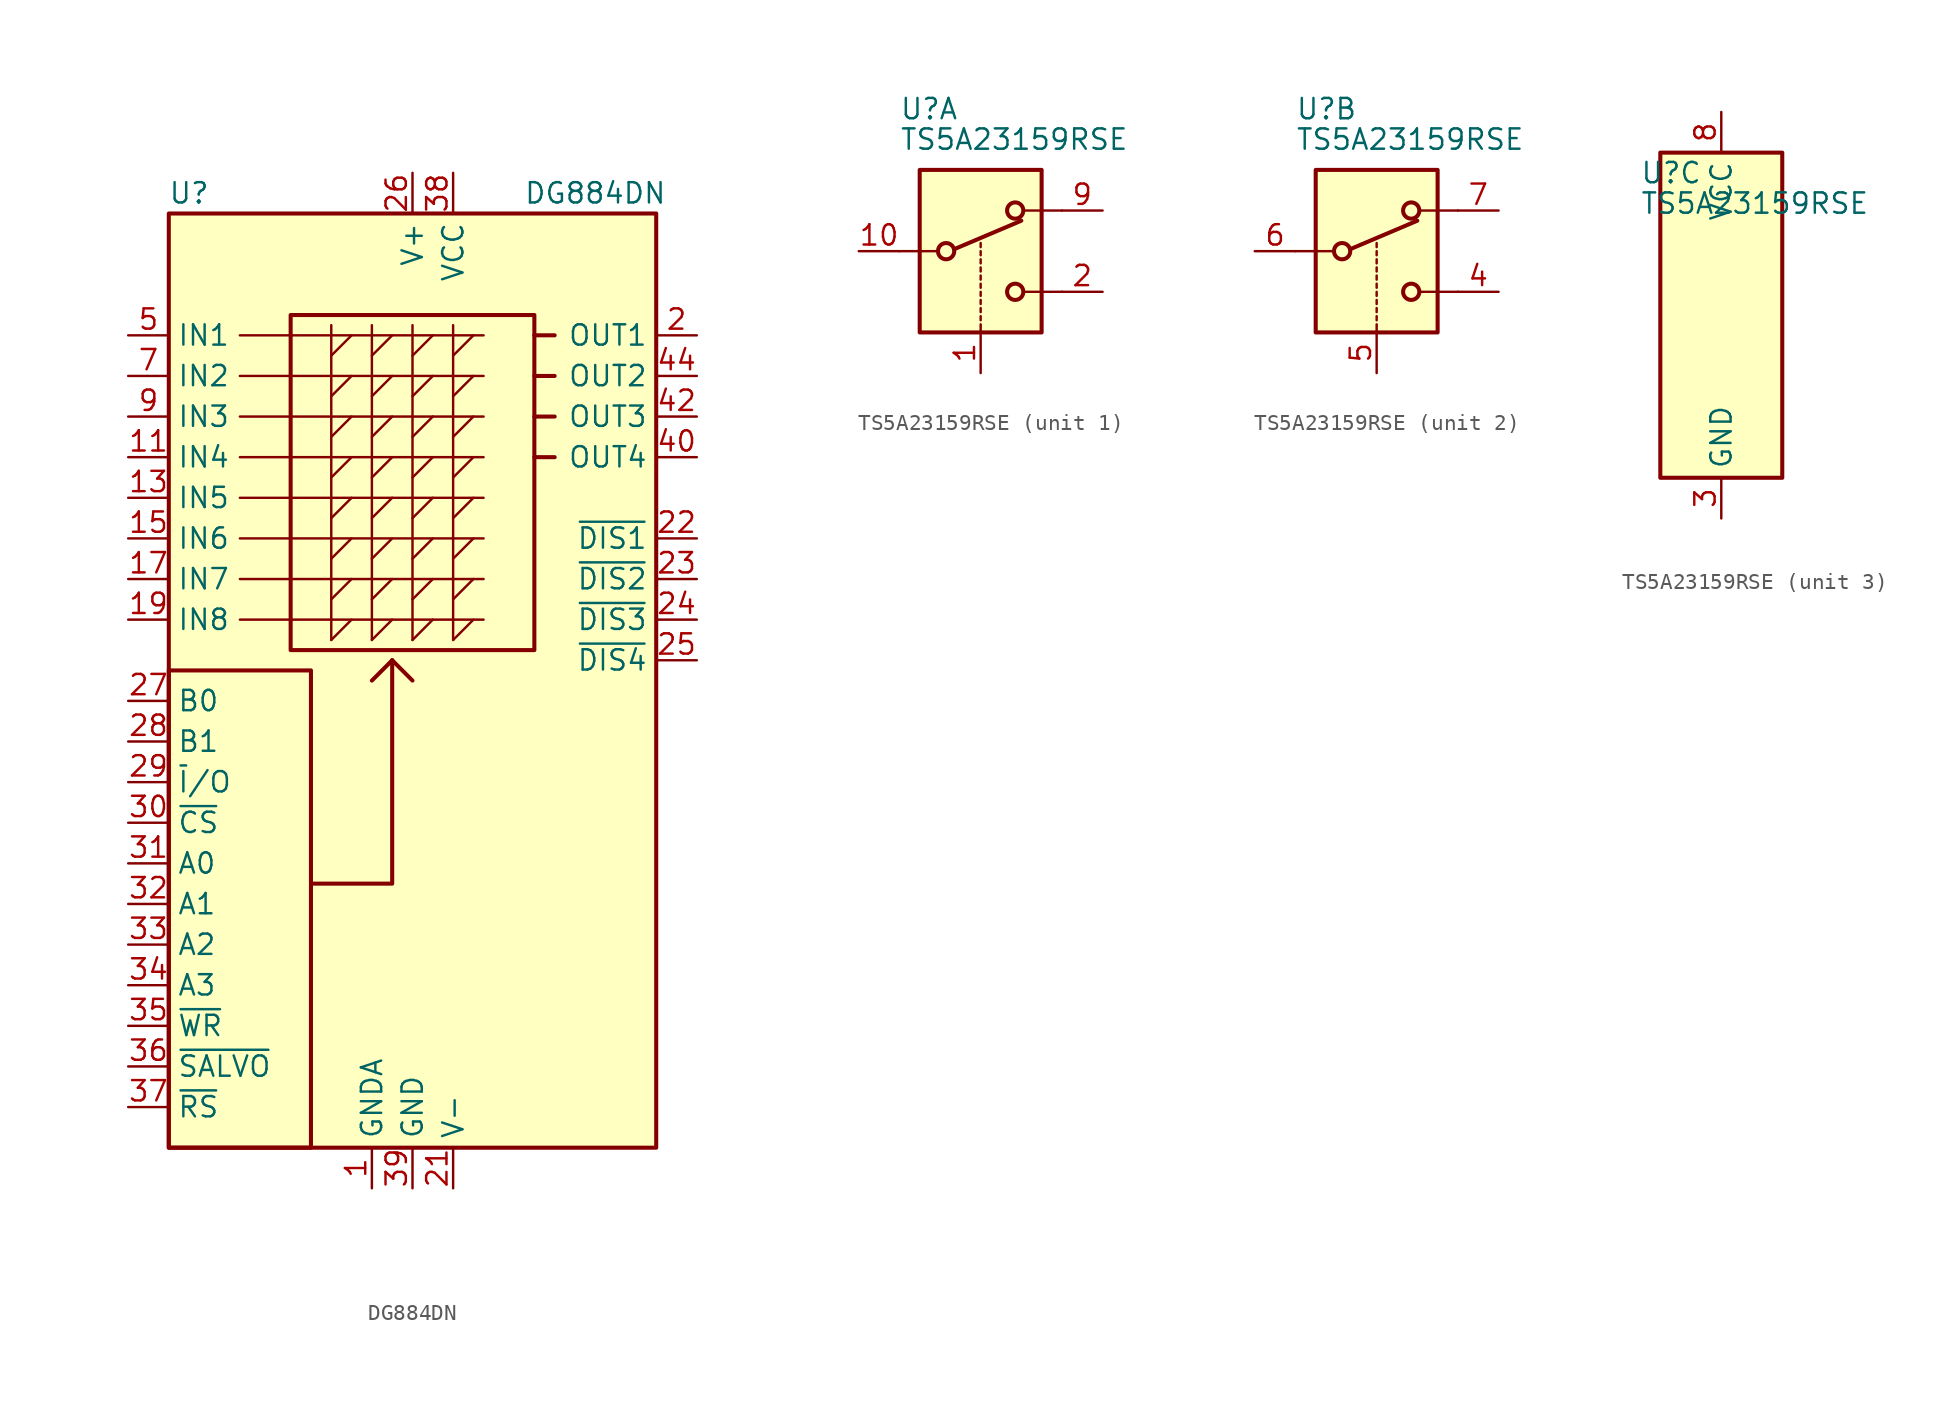
<source format=kicad_sym>
(kicad_symbol_lib
  (version 20220914)
  (generator kicad_symbol_editor)
  (symbol "DG884DN"
    (property "Reference" "U"
      (at -13.97 34.29 0)
      (effects (font (size 1.27 1.27))))
    (property "Value" "DG884DN"
      (at 11.43 34.29 0)
      (effects (font (size 1.27 1.27))))
    (symbol "DG884DN_0_1"
      (rectangle (start -15.24 -25.4) (end 15.24 33.02) (stroke (width 0.254) (type default)) (fill (type background)))
      (rectangle (start -15.24 4.445) (end -6.35 -25.4) (stroke (width 0.254) (type default)) (fill (type none)))
      (rectangle (start -7.62 26.67) (end 7.62 5.715) (stroke (width 0.254) (type default)) (fill (type none)))
      (polyline (pts (xy -10.795 7.62) (xy 4.445 7.62)) (stroke (width 0) (type default)) (fill (type none)))
      (polyline (pts (xy -10.795 10.16) (xy 4.445 10.16)) (stroke (width 0) (type default)) (fill (type none)))
      (polyline (pts (xy -10.795 12.7) (xy 4.445 12.7)) (stroke (width 0) (type default)) (fill (type none)))
      (polyline (pts (xy -10.795 15.24) (xy 4.445 15.24)) (stroke (width 0) (type default)) (fill (type none)))
      (polyline (pts (xy -10.795 17.78) (xy 4.445 17.78)) (stroke (width 0) (type default)) (fill (type none)))
      (polyline (pts (xy -10.795 20.32) (xy 4.445 20.32)) (stroke (width 0) (type default)) (fill (type none)))
      (polyline (pts (xy -10.795 22.86) (xy 4.445 22.86)) (stroke (width 0) (type default)) (fill (type none)))
      (polyline (pts (xy -10.795 25.4) (xy 4.445 25.4)) (stroke (width 0) (type default)) (fill (type none)))
      (polyline (pts (xy -5.08 6.35) (xy -3.81 7.62)) (stroke (width 0) (type default)) (fill (type none)))
      (polyline (pts (xy -5.08 8.89) (xy -3.81 10.16)) (stroke (width 0) (type default)) (fill (type none)))
      (polyline (pts (xy -5.08 11.43) (xy -3.81 12.7)) (stroke (width 0) (type default)) (fill (type none)))
      (polyline (pts (xy -5.08 13.97) (xy -3.81 15.24)) (stroke (width 0) (type default)) (fill (type none)))
      (polyline (pts (xy -5.08 16.51) (xy -3.81 17.78)) (stroke (width 0) (type default)) (fill (type none)))
      (polyline (pts (xy -5.08 19.05) (xy -3.81 20.32)) (stroke (width 0) (type default)) (fill (type none)))
      (polyline (pts (xy -5.08 21.59) (xy -3.81 22.86)) (stroke (width 0) (type default)) (fill (type none)))
      (polyline (pts (xy -5.08 24.13) (xy -3.81 25.4)) (stroke (width 0) (type default)) (fill (type none)))
      (polyline (pts (xy -5.08 26.035) (xy -5.08 6.35)) (stroke (width 0) (type default)) (fill (type none)))
      (polyline (pts (xy -2.54 6.35) (xy -1.27 7.62)) (stroke (width 0) (type default)) (fill (type none)))
      (polyline (pts (xy -2.54 8.89) (xy -1.27 10.16)) (stroke (width 0) (type default)) (fill (type none)))
      (polyline (pts (xy -2.54 11.43) (xy -1.27 12.7)) (stroke (width 0) (type default)) (fill (type none)))
      (polyline (pts (xy -2.54 13.97) (xy -1.27 15.24)) (stroke (width 0) (type default)) (fill (type none)))
      (polyline (pts (xy -2.54 16.51) (xy -1.27 17.78)) (stroke (width 0) (type default)) (fill (type none)))
      (polyline (pts (xy -2.54 19.05) (xy -1.27 20.32)) (stroke (width 0) (type default)) (fill (type none)))
      (polyline (pts (xy -2.54 21.59) (xy -1.27 22.86)) (stroke (width 0) (type default)) (fill (type none)))
      (polyline (pts (xy -2.54 24.13) (xy -1.27 25.4)) (stroke (width 0) (type default)) (fill (type none)))
      (polyline (pts (xy -2.54 26.035) (xy -2.54 6.35)) (stroke (width 0) (type default)) (fill (type none)))
      (polyline (pts (xy -1.27 5.08) (xy -2.54 3.81)) (stroke (width 0.254) (type default)) (fill (type none)))
      (polyline (pts (xy -1.27 5.08) (xy 0 3.81)) (stroke (width 0.254) (type default)) (fill (type none)))
      (polyline (pts (xy 0 6.35) (xy 1.27 7.62)) (stroke (width 0) (type default)) (fill (type none)))
      (polyline (pts (xy 0 8.89) (xy 1.27 10.16)) (stroke (width 0) (type default)) (fill (type none)))
      (polyline (pts (xy 0 11.43) (xy 1.27 12.7)) (stroke (width 0) (type default)) (fill (type none)))
      (polyline (pts (xy 0 13.97) (xy 1.27 15.24)) (stroke (width 0) (type default)) (fill (type none)))
      (polyline (pts (xy 0 16.51) (xy 1.27 17.78)) (stroke (width 0) (type default)) (fill (type none)))
      (polyline (pts (xy 0 19.05) (xy 1.27 20.32)) (stroke (width 0) (type default)) (fill (type none)))
      (polyline (pts (xy 0 21.59) (xy 1.27 22.86)) (stroke (width 0) (type default)) (fill (type none)))
      (polyline (pts (xy 0 24.13) (xy 1.27 25.4)) (stroke (width 0) (type default)) (fill (type none)))
      (polyline (pts (xy 0 26.035) (xy 0 6.35)) (stroke (width 0) (type default)) (fill (type none)))
      (polyline (pts (xy 2.54 6.35) (xy 3.81 7.62)) (stroke (width 0) (type default)) (fill (type none)))
      (polyline (pts (xy 2.54 8.89) (xy 3.81 10.16)) (stroke (width 0) (type default)) (fill (type none)))
      (polyline (pts (xy 2.54 11.43) (xy 3.81 12.7)) (stroke (width 0) (type default)) (fill (type none)))
      (polyline (pts (xy 2.54 13.97) (xy 3.81 15.24)) (stroke (width 0) (type default)) (fill (type none)))
      (polyline (pts (xy 2.54 16.51) (xy 3.81 17.78)) (stroke (width 0) (type default)) (fill (type none)))
      (polyline (pts (xy 2.54 19.05) (xy 3.81 20.32)) (stroke (width 0) (type default)) (fill (type none)))
      (polyline (pts (xy 2.54 21.59) (xy 3.81 22.86)) (stroke (width 0) (type default)) (fill (type none)))
      (polyline (pts (xy 2.54 24.13) (xy 3.81 25.4)) (stroke (width 0) (type default)) (fill (type none)))
      (polyline (pts (xy 2.54 26.035) (xy 2.54 6.35)) (stroke (width 0) (type default)) (fill (type none)))
      (polyline (pts (xy 7.62 20.32) (xy 8.89 20.32)) (stroke (width 0.254) (type default)) (fill (type none)))
      (polyline (pts (xy 7.62 22.86) (xy 8.89 22.86)) (stroke (width 0.254) (type default)) (fill (type none)))
      (polyline (pts (xy 8.89 17.78) (xy 7.62 17.78)) (stroke (width 0.254) (type default)) (fill (type none)))
      (polyline (pts (xy 8.89 25.4) (xy 7.62 25.4)) (stroke (width 0.254) (type default)) (fill (type none)))
      (polyline (pts (xy -6.35 -8.89) (xy -1.27 -8.89) (xy -1.27 5.08)) (stroke (width 0.254) (type default)) (fill (type none))))
    (symbol "DG884DN_1_1"
      (pin power_in line (at -2.54 -27.94 90) (length 2.54) (name "GNDA" (effects (font (size 1.27 1.27)))) (number "1" (effects (font (size 1.27 1.27)))))
      (pin passive line (at -2.54 -27.94 90) (length 2.54) hide (name "GNDA" (effects (font (size 1.27 1.27)))) (number "10" (effects (font (size 1.27 1.27)))))
      (pin input line (at -17.78 17.78 0) (length 2.54) (name "IN4" (effects (font (size 1.27 1.27)))) (number "11" (effects (font (size 1.27 1.27)))))
      (pin passive line (at -2.54 -27.94 90) (length 2.54) hide (name "GNDA" (effects (font (size 1.27 1.27)))) (number "12" (effects (font (size 1.27 1.27)))))
      (pin input line (at -17.78 15.24 0) (length 2.54) (name "IN5" (effects (font (size 1.27 1.27)))) (number "13" (effects (font (size 1.27 1.27)))))
      (pin passive line (at -2.54 -27.94 90) (length 2.54) hide (name "GNDA" (effects (font (size 1.27 1.27)))) (number "14" (effects (font (size 1.27 1.27)))))
      (pin input line (at -17.78 12.7 0) (length 2.54) (name "IN6" (effects (font (size 1.27 1.27)))) (number "15" (effects (font (size 1.27 1.27)))))
      (pin passive line (at -2.54 -27.94 90) (length 2.54) hide (name "GNDA" (effects (font (size 1.27 1.27)))) (number "16" (effects (font (size 1.27 1.27)))))
      (pin input line (at -17.78 10.16 0) (length 2.54) (name "IN7" (effects (font (size 1.27 1.27)))) (number "17" (effects (font (size 1.27 1.27)))))
      (pin passive line (at -2.54 -27.94 90) (length 2.54) hide (name "GNDA" (effects (font (size 1.27 1.27)))) (number "18" (effects (font (size 1.27 1.27)))))
      (pin input line (at -17.78 7.62 0) (length 2.54) (name "IN8" (effects (font (size 1.27 1.27)))) (number "19" (effects (font (size 1.27 1.27)))))
      (pin output line (at 17.78 25.4 180) (length 2.54) (name "OUT1" (effects (font (size 1.27 1.27)))) (number "2" (effects (font (size 1.27 1.27)))))
      (pin passive line (at -2.54 -27.94 90) (length 2.54) hide (name "GNDA" (effects (font (size 1.27 1.27)))) (number "20" (effects (font (size 1.27 1.27)))))
      (pin passive line (at 2.54 -27.94 90) (length 2.54) (name "V-" (effects (font (size 1.27 1.27)))) (number "21" (effects (font (size 1.27 1.27)))))
      (pin open_collector line (at 17.78 12.7 180) (length 2.54) (name "~{DIS1}" (effects (font (size 1.27 1.27)))) (number "22" (effects (font (size 1.27 1.27)))))
      (pin open_collector line (at 17.78 10.16 180) (length 2.54) (name "~{DIS2}" (effects (font (size 1.27 1.27)))) (number "23" (effects (font (size 1.27 1.27)))))
      (pin open_collector line (at 17.78 7.62 180) (length 2.54) (name "~{DIS3}" (effects (font (size 1.27 1.27)))) (number "24" (effects (font (size 1.27 1.27)))))
      (pin open_collector line (at 17.78 5.08 180) (length 2.54) (name "~{DIS4}" (effects (font (size 1.27 1.27)))) (number "25" (effects (font (size 1.27 1.27)))))
      (pin passive line (at 0 35.56 270) (length 2.54) (name "V+" (effects (font (size 1.27 1.27)))) (number "26" (effects (font (size 1.27 1.27)))))
      (pin input line (at -17.78 2.54 0) (length 2.54) (name "B0" (effects (font (size 1.27 1.27)))) (number "27" (effects (font (size 1.27 1.27)))))
      (pin input line (at -17.78 0 0) (length 2.54) (name "B1" (effects (font (size 1.27 1.27)))) (number "28" (effects (font (size 1.27 1.27)))))
      (pin input line (at -17.78 -2.54 0) (length 2.54) (name "~{I}/O" (effects (font (size 1.27 1.27)))) (number "29" (effects (font (size 1.27 1.27)))))
      (pin passive line (at -2.54 -27.94 90) (length 2.54) hide (name "GNDA" (effects (font (size 1.27 1.27)))) (number "3" (effects (font (size 1.27 1.27)))))
      (pin input line (at -17.78 -5.08 0) (length 2.54) (name "~{CS}" (effects (font (size 1.27 1.27)))) (number "30" (effects (font (size 1.27 1.27)))))
      (pin input line (at -17.78 -7.62 0) (length 2.54) (name "A0" (effects (font (size 1.27 1.27)))) (number "31" (effects (font (size 1.27 1.27)))))
      (pin input line (at -17.78 -10.16 0) (length 2.54) (name "A1" (effects (font (size 1.27 1.27)))) (number "32" (effects (font (size 1.27 1.27)))))
      (pin input line (at -17.78 -12.7 0) (length 2.54) (name "A2" (effects (font (size 1.27 1.27)))) (number "33" (effects (font (size 1.27 1.27)))))
      (pin input line (at -17.78 -15.24 0) (length 2.54) (name "A3" (effects (font (size 1.27 1.27)))) (number "34" (effects (font (size 1.27 1.27)))))
      (pin input line (at -17.78 -17.78 0) (length 2.54) (name "~{WR}" (effects (font (size 1.27 1.27)))) (number "35" (effects (font (size 1.27 1.27)))))
      (pin input line (at -17.78 -20.32 0) (length 2.54) (name "~{SALVO}" (effects (font (size 1.27 1.27)))) (number "36" (effects (font (size 1.27 1.27)))))
      (pin input line (at -17.78 -22.86 0) (length 2.54) (name "~{RS}" (effects (font (size 1.27 1.27)))) (number "37" (effects (font (size 1.27 1.27)))))
      (pin power_in line (at 2.54 35.56 270) (length 2.54) (name "VCC" (effects (font (size 1.27 1.27)))) (number "38" (effects (font (size 1.27 1.27)))))
      (pin power_in line (at 0 -27.94 90) (length 2.54) (name "GND" (effects (font (size 1.27 1.27)))) (number "39" (effects (font (size 1.27 1.27)))))
      (pin passive line (at -2.54 -27.94 90) (length 2.54) hide (name "GNDA" (effects (font (size 1.27 1.27)))) (number "4" (effects (font (size 1.27 1.27)))))
      (pin output line (at 17.78 17.78 180) (length 2.54) (name "OUT4" (effects (font (size 1.27 1.27)))) (number "40" (effects (font (size 1.27 1.27)))))
      (pin passive line (at -2.54 -27.94 90) (length 2.54) hide (name "GNDA" (effects (font (size 1.27 1.27)))) (number "41" (effects (font (size 1.27 1.27)))))
      (pin output line (at 17.78 20.32 180) (length 2.54) (name "OUT3" (effects (font (size 1.27 1.27)))) (number "42" (effects (font (size 1.27 1.27)))))
      (pin passive line (at -2.54 -27.94 90) (length 2.54) hide (name "GNDA" (effects (font (size 1.27 1.27)))) (number "43" (effects (font (size 1.27 1.27)))))
      (pin output line (at 17.78 22.86 180) (length 2.54) (name "OUT2" (effects (font (size 1.27 1.27)))) (number "44" (effects (font (size 1.27 1.27)))))
      (pin input line (at -17.78 25.4 0) (length 2.54) (name "IN1" (effects (font (size 1.27 1.27)))) (number "5" (effects (font (size 1.27 1.27)))))
      (pin passive line (at -2.54 -27.94 90) (length 2.54) hide (name "GNDA" (effects (font (size 1.27 1.27)))) (number "6" (effects (font (size 1.27 1.27)))))
      (pin input line (at -17.78 22.86 0) (length 2.54) (name "IN2" (effects (font (size 1.27 1.27)))) (number "7" (effects (font (size 1.27 1.27)))))
      (pin passive line (at -2.54 -27.94 90) (length 2.54) hide (name "GNDA" (effects (font (size 1.27 1.27)))) (number "8" (effects (font (size 1.27 1.27)))))
      (pin input line (at -17.78 20.32 0) (length 2.54) (name "IN3" (effects (font (size 1.27 1.27)))) (number "9" (effects (font (size 1.27 1.27)))))))
  (symbol "TS5A23159RSE"
    (property "Reference" "U"
      (at -5.08 8.89 0)
      (effects (font (size 1.27 1.27)) (justify left)))
    (property "Value" "TS5A23159RSE"
      (at -5.08 6.985 0)
      (effects (font (size 1.27 1.27)) (justify left)))
    (property "ki_locked" ""
      (at 0 0 0)
      (effects (font (size 1.27 1.27))))
    (symbol "TS5A23159RSE_1_1"
      (rectangle (start -3.81 5.08) (end 3.81 -5.08) (stroke (width 0.254) (type default)) (fill (type background)))
      (circle (center -2.159 0) (radius 0.508) (stroke (width 0.254) (type default)) (fill (type none)))
      (polyline (pts (xy -5.08 0) (xy -2.794 0)) (stroke (width 0) (type default)) (fill (type none)))
      (polyline (pts (xy -1.651 0.127) (xy 2.54 1.905)) (stroke (width 0.254) (type default)) (fill (type none)))
      (polyline (pts (xy 0 -5.08) (xy 0 -4.572)) (stroke (width 0) (type default)) (fill (type none)))
      (polyline (pts (xy 0 -4.318) (xy 0 -4.064)) (stroke (width 0) (type default)) (fill (type none)))
      (polyline (pts (xy 0 -3.81) (xy 0 -3.556)) (stroke (width 0) (type default)) (fill (type none)))
      (polyline (pts (xy 0 -3.302) (xy 0 -3.048)) (stroke (width 0) (type default)) (fill (type none)))
      (polyline (pts (xy 0 -2.794) (xy 0 -2.54)) (stroke (width 0) (type default)) (fill (type none)))
      (polyline (pts (xy 0 -2.286) (xy 0 -2.032)) (stroke (width 0) (type default)) (fill (type none)))
      (polyline (pts (xy 0 -1.778) (xy 0 -1.524)) (stroke (width 0) (type default)) (fill (type none)))
      (polyline (pts (xy 0 -1.27) (xy 0 -1.016)) (stroke (width 0) (type default)) (fill (type none)))
      (polyline (pts (xy 0 -0.762) (xy 0 -0.508)) (stroke (width 0) (type default)) (fill (type none)))
      (polyline (pts (xy 0 -0.254) (xy 0 0)) (stroke (width 0) (type default)) (fill (type none)))
      (polyline (pts (xy 0 0.254) (xy 0 0.508)) (stroke (width 0) (type default)) (fill (type none)))
      (polyline (pts (xy 5.08 -2.54) (xy 2.794 -2.54)) (stroke (width 0) (type default)) (fill (type none)))
      (polyline (pts (xy 5.08 2.54) (xy 2.794 2.54)) (stroke (width 0) (type default)) (fill (type none)))
      (circle (center 2.159 -2.54) (radius 0.508) (stroke (width 0.254) (type default)) (fill (type none)))
      (circle (center 2.159 2.54) (radius 0.508) (stroke (width 0.254) (type default)) (fill (type none)))
      (pin input line (at 0 -7.62 90) (length 2.54) (name "~" (effects (font (size 1.27 1.27)))) (number "1" (effects (font (size 1.27 1.27)))))
      (pin passive line (at -7.62 0 0) (length 2.54) (name "~" (effects (font (size 1.27 1.27)))) (number "10" (effects (font (size 1.27 1.27)))))
      (pin passive line (at 7.62 -2.54 180) (length 2.54) (name "~" (effects (font (size 1.27 1.27)))) (number "2" (effects (font (size 1.27 1.27)))))
      (pin passive line (at 7.62 2.54 180) (length 2.54) (name "~" (effects (font (size 1.27 1.27)))) (number "9" (effects (font (size 1.27 1.27))))))
    (symbol "TS5A23159RSE_2_1"
      (rectangle (start -3.81 5.08) (end 3.81 -5.08) (stroke (width 0.254) (type default)) (fill (type background)))
      (circle (center -2.159 0) (radius 0.508) (stroke (width 0.254) (type default)) (fill (type none)))
      (polyline (pts (xy -5.08 0) (xy -2.794 0)) (stroke (width 0) (type default)) (fill (type none)))
      (polyline (pts (xy -1.651 0.127) (xy 2.54 1.905)) (stroke (width 0.254) (type default)) (fill (type none)))
      (polyline (pts (xy 0 -5.08) (xy 0 -4.572)) (stroke (width 0) (type default)) (fill (type none)))
      (polyline (pts (xy 0 -4.318) (xy 0 -4.064)) (stroke (width 0) (type default)) (fill (type none)))
      (polyline (pts (xy 0 -3.81) (xy 0 -3.556)) (stroke (width 0) (type default)) (fill (type none)))
      (polyline (pts (xy 0 -3.302) (xy 0 -3.048)) (stroke (width 0) (type default)) (fill (type none)))
      (polyline (pts (xy 0 -2.794) (xy 0 -2.54)) (stroke (width 0) (type default)) (fill (type none)))
      (polyline (pts (xy 0 -2.286) (xy 0 -2.032)) (stroke (width 0) (type default)) (fill (type none)))
      (polyline (pts (xy 0 -1.778) (xy 0 -1.524)) (stroke (width 0) (type default)) (fill (type none)))
      (polyline (pts (xy 0 -1.27) (xy 0 -1.016)) (stroke (width 0) (type default)) (fill (type none)))
      (polyline (pts (xy 0 -0.762) (xy 0 -0.508)) (stroke (width 0) (type default)) (fill (type none)))
      (polyline (pts (xy 0 -0.254) (xy 0 0)) (stroke (width 0) (type default)) (fill (type none)))
      (polyline (pts (xy 0 0.254) (xy 0 0.508)) (stroke (width 0) (type default)) (fill (type none)))
      (polyline (pts (xy 5.08 -2.54) (xy 2.794 -2.54)) (stroke (width 0) (type default)) (fill (type none)))
      (polyline (pts (xy 5.08 2.54) (xy 2.794 2.54)) (stroke (width 0) (type default)) (fill (type none)))
      (circle (center 2.159 -2.54) (radius 0.508) (stroke (width 0.254) (type default)) (fill (type none)))
      (circle (center 2.159 2.54) (radius 0.508) (stroke (width 0.254) (type default)) (fill (type none)))
      (pin passive line (at 7.62 -2.54 180) (length 2.54) (name "~" (effects (font (size 1.27 1.27)))) (number "4" (effects (font (size 1.27 1.27)))))
      (pin input line (at 0 -7.62 90) (length 2.54) (name "~" (effects (font (size 1.27 1.27)))) (number "5" (effects (font (size 1.27 1.27)))))
      (pin passive line (at -7.62 0 0) (length 2.54) (name "~" (effects (font (size 1.27 1.27)))) (number "6" (effects (font (size 1.27 1.27)))))
      (pin passive line (at 7.62 2.54 180) (length 2.54) (name "~" (effects (font (size 1.27 1.27)))) (number "7" (effects (font (size 1.27 1.27))))))
    (symbol "TS5A23159RSE_3_1"
      (rectangle (start -3.81 10.16) (end 3.81 -10.16) (stroke (width 0.254) (type default)) (fill (type background)))
      (pin power_in line (at 0 -12.7 90) (length 2.54) (name "GND" (effects (font (size 1.27 1.27)))) (number "3" (effects (font (size 1.27 1.27)))))
      (pin power_in line (at 0 12.7 270) (length 2.54) (name "VCC" (effects (font (size 1.27 1.27)))) (number "8" (effects (font (size 1.27 1.27))))))))
</source>
